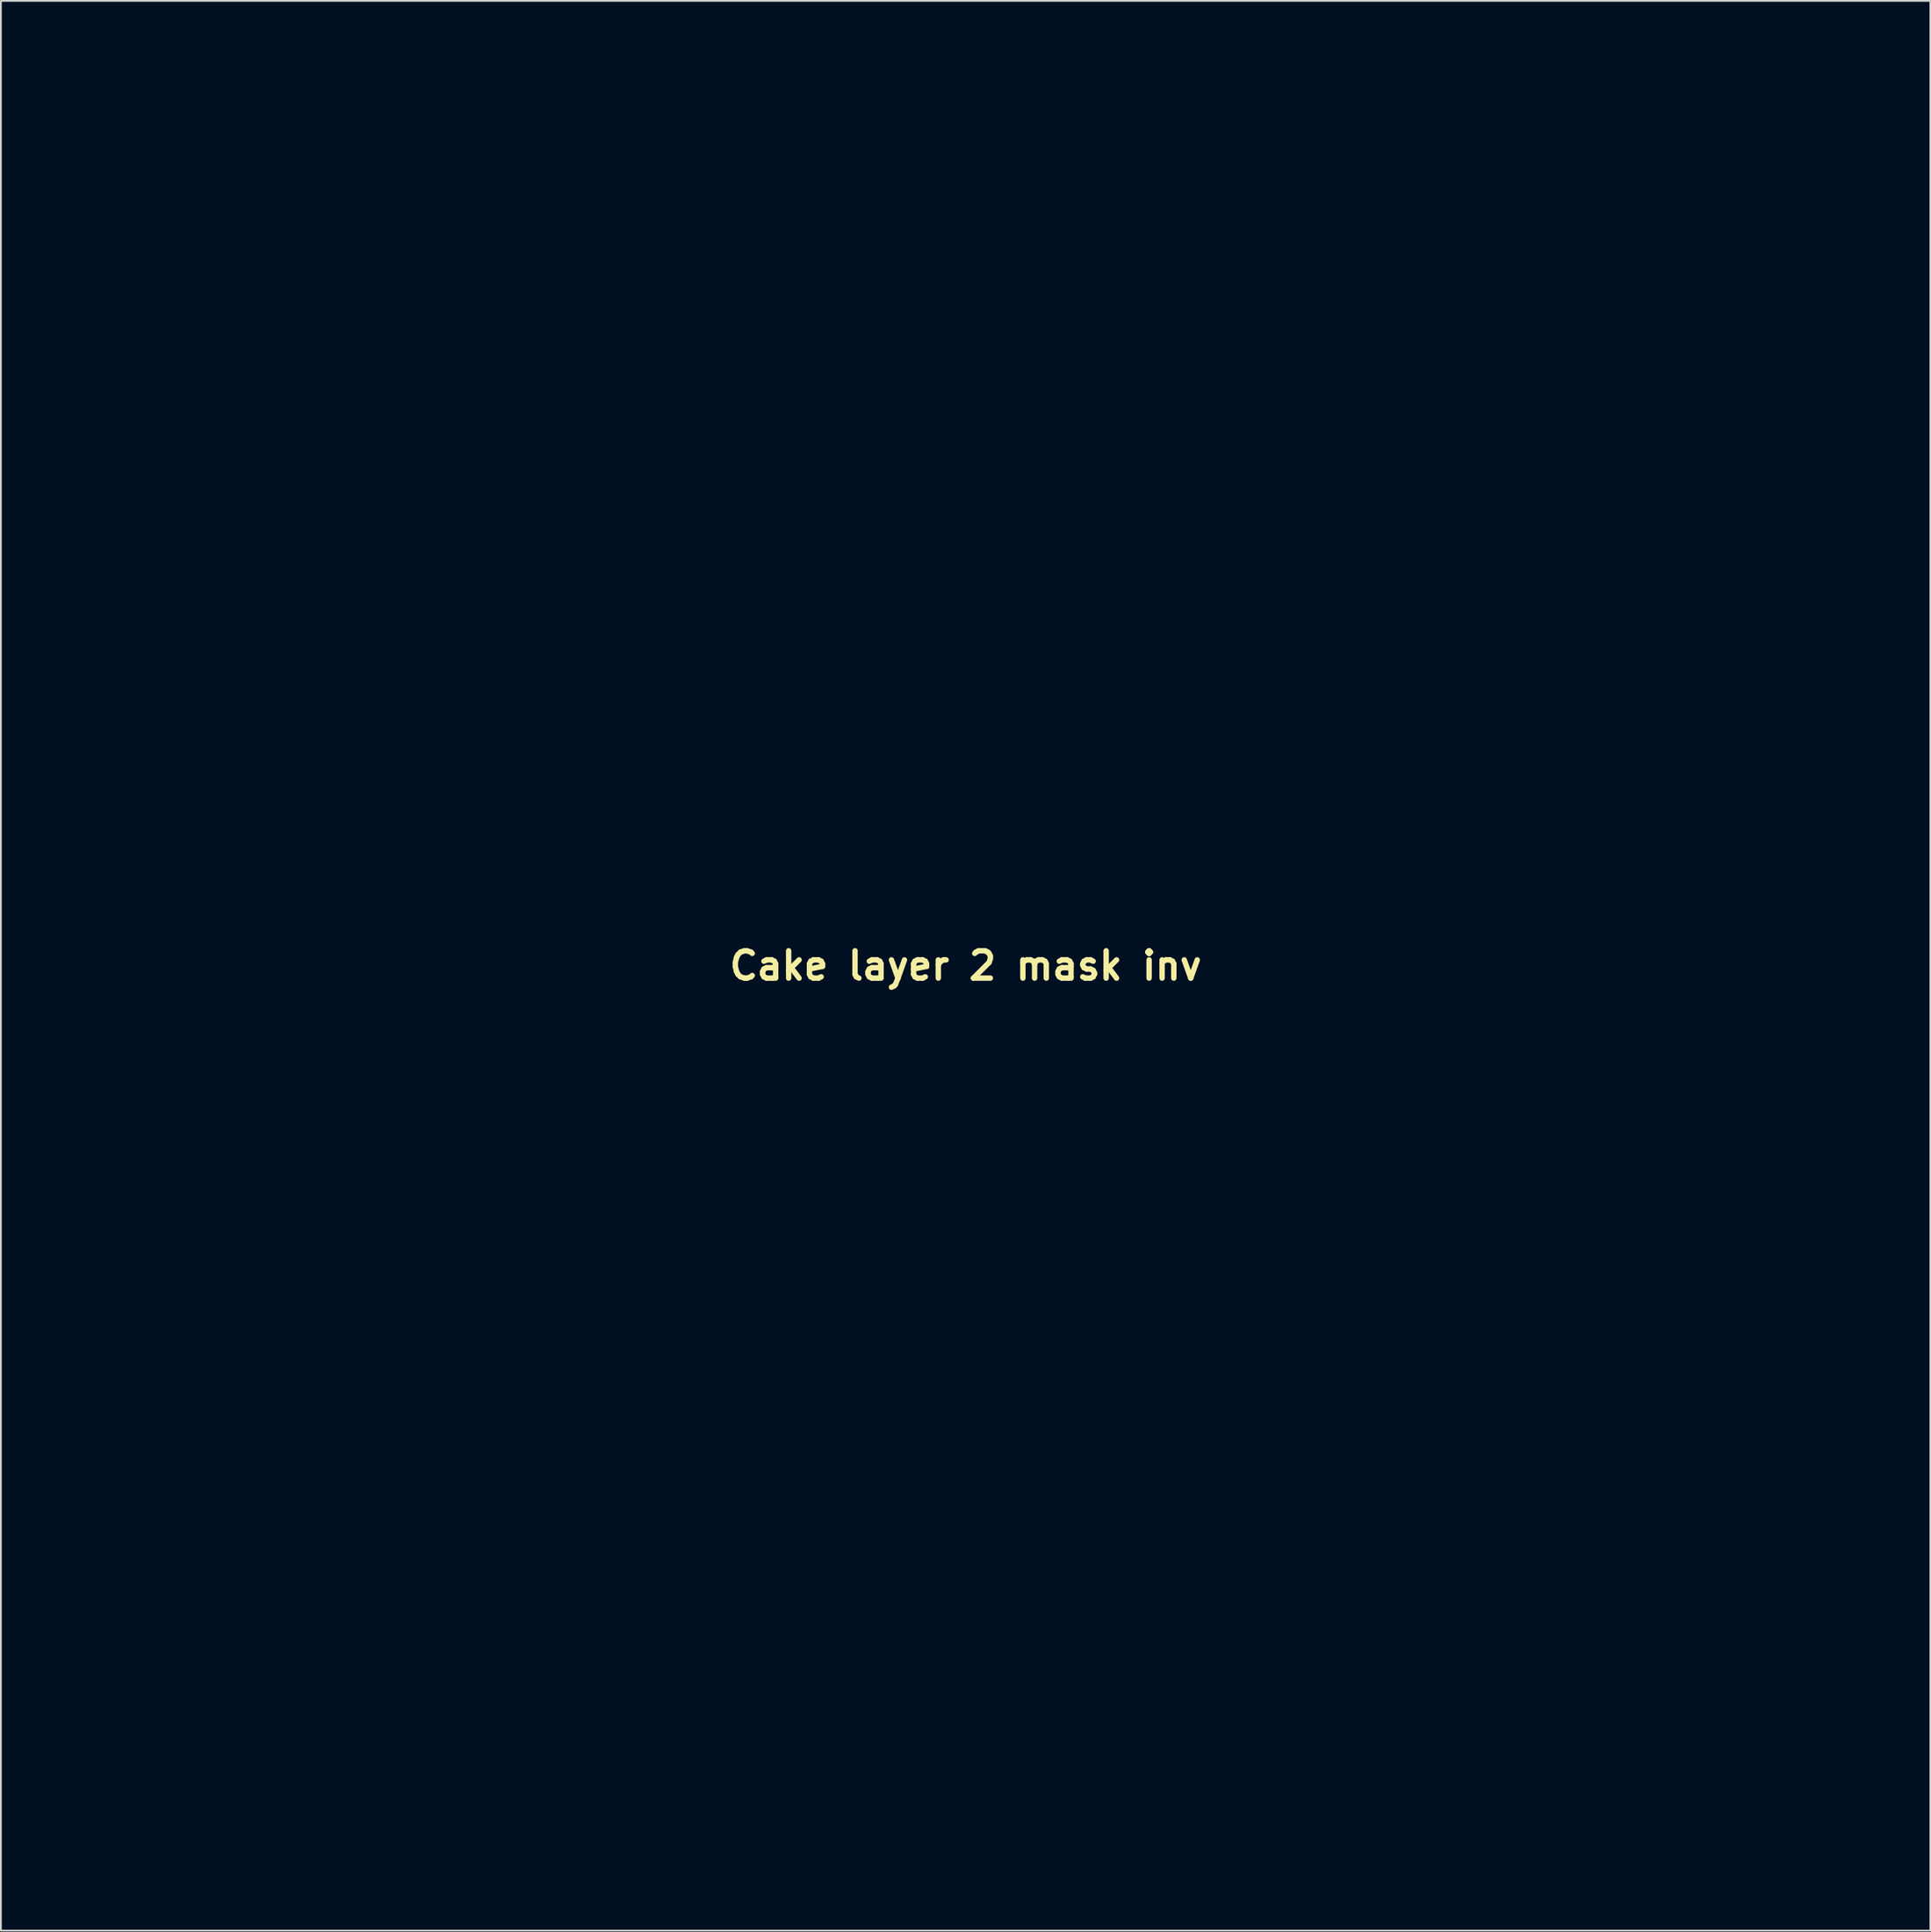
<source format=kicad_pcb>
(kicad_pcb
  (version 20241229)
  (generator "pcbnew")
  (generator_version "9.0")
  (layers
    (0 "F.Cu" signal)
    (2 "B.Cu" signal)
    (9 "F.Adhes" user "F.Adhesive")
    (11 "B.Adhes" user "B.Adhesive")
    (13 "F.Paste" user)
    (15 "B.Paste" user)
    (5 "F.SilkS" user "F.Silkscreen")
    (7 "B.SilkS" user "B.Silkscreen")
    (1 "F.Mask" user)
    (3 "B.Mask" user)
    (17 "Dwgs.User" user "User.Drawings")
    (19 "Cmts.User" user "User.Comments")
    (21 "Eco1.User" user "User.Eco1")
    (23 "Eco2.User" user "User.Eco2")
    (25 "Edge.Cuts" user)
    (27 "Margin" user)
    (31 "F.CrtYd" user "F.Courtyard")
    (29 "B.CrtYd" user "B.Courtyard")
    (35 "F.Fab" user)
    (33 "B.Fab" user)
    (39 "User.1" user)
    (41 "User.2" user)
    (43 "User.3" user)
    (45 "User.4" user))
  (footprint "Cake layer 2 mask inv"
    (layer "F.Cu")
    (at 50.805 50.805)
    (property "Reference" "Cake layer 2 mask inv" (at 0 0 0) (layer "F.SilkS") (effects (font (size 1.524 1.524) (thickness 0.3))))
    (attr through_hole)
    (fp_poly (pts (xy 31.94 -8.86) (xy 32.144 -8.694) (xy 32.252 -8.45) (xy 32.258 -8.375) (xy 32.243 -8.254) (xy 32.186 -8.137) (xy 32.074 -8.013) (xy 31.89 -7.871) (xy 31.619 -7.702) (xy 31.245 -7.495) (xy 30.754 -7.241) (xy 30.13 -6.929) (xy 29.887 -6.809) (xy 29.354 -6.548) (xy 28.931 -6.343) (xy 28.576 -6.177) (xy 28.25 -6.031) (xy 27.911 -5.886) (xy 27.517 -5.724) (xy 27.39 -5.672) (xy 27.161 -5.574) (xy 26.989 -5.493) (xy 26.81 -5.429) (xy 26.735 -5.418) (xy 26.587 -5.381) (xy 26.399 -5.298) (xy 26.19 -5.209) (xy 25.895 -5.104) (xy 25.679 -5.037) (xy 25.398 -4.946) (xy 25.176 -4.859) (xy 25.082 -4.808) (xy 24.992 -4.758) (xy 24.977 -4.771) (xy 24.904 -4.771) (xy 24.712 -4.723) (xy 24.44 -4.637) (xy 24.405 -4.625) (xy 24.049 -4.505) (xy 23.694 -4.391) (xy 23.453 -4.318) (xy 23.121 -4.221) (xy 22.782 -4.117) (xy 22.716 -4.097) (xy 22.446 -4.017) (xy 22.213 -3.957) (xy 22.166 -3.947) (xy 21.963 -3.903) (xy 21.688 -3.839) (xy 21.59 -3.815) (xy 21.324 -3.749) (xy 21.107 -3.697) (xy 21.054 -3.684) (xy 20.839 -3.628) (xy 20.758 -3.605) (xy 20.577 -3.561) (xy 20.336 -3.515) (xy 20.327 -3.513) (xy 20.119 -3.472) (xy 19.994 -3.436) (xy 19.988 -3.433) (xy 19.888 -3.406) (xy 19.661 -3.359) (xy 19.348 -3.3) (xy 19.177 -3.269) (xy 18.811 -3.204) (xy 18.487 -3.144) (xy 18.257 -3.1) (xy 18.203 -3.088) (xy 17.902 -3.027) (xy 17.494 -2.954) (xy 17.042 -2.877) (xy 16.606 -2.808) (xy 16.249 -2.758) (xy 16.18 -2.749) (xy 15.892 -2.713) (xy 15.657 -2.68) (xy 15.57 -2.665) (xy 15.401 -2.639) (xy 15.137 -2.604) (xy 14.969 -2.583) (xy 14.657 -2.545) (xy 14.371 -2.509) (xy 14.266 -2.495) (xy 13.871 -2.446) (xy 13.354 -2.389) (xy 12.762 -2.329) (xy 12.143 -2.271) (xy 11.544 -2.219) (xy 11.011 -2.177) (xy 10.668 -2.154) (xy 10.241 -2.127) (xy 9.841 -2.099) (xy 9.52 -2.073) (xy 9.356 -2.056) (xy 9.211 -2.048) (xy 8.921 -2.04) (xy 8.503 -2.031) (xy 7.973 -2.023) (xy 7.351 -2.014) (xy 6.652 -2.006) (xy 5.896 -1.998) (xy 5.098 -1.99) (xy 4.278 -1.983) (xy 3.451 -1.977) (xy 2.637 -1.972) (xy 1.851 -1.968) (xy 1.112 -1.965) (xy 0.438 -1.963) (xy -0.155 -1.962) (xy -0.649 -1.964) (xy -1.026 -1.966) (xy -1.269 -1.971) (xy -1.36 -1.977) (xy -1.36 -1.977) (xy -1.453 -1.992) (xy -1.686 -2.011) (xy -2.03 -2.033) (xy -2.458 -2.055) (xy -2.794 -2.07) (xy -3.291 -2.092) (xy -3.755 -2.114) (xy -4.147 -2.133) (xy -4.429 -2.149) (xy -4.53 -2.156) (xy -4.764 -2.173) (xy -5.109 -2.198) (xy -5.509 -2.225) (xy -5.715 -2.239) (xy -6.107 -2.267) (xy -6.461 -2.295) (xy -6.726 -2.319) (xy -6.816 -2.329) (xy -7.023 -2.351) (xy -7.336 -2.379) (xy -7.693 -2.408) (xy -7.747 -2.412) (xy -8.105 -2.439) (xy -8.429 -2.468) (xy -8.656 -2.49) (xy -8.678 -2.493) (xy -8.899 -2.518) (xy -9.212 -2.551) (xy -9.483 -2.579) (xy -9.808 -2.614) (xy -10.216 -2.661) (xy -10.668 -2.715) (xy -11.122 -2.772) (xy -11.541 -2.826) (xy -11.884 -2.872) (xy -12.112 -2.906) (xy -12.158 -2.914) (xy -12.343 -2.945) (xy -12.619 -2.984) (xy -12.785 -3.006) (xy -13.075 -3.045) (xy -13.318 -3.081) (xy -13.405 -3.096) (xy -13.568 -3.122) (xy -13.845 -3.164) (xy -14.182 -3.211) (xy -14.26 -3.222) (xy -14.725 -3.289) (xy -15.146 -3.359) (xy -15.606 -3.446) (xy -15.917 -3.51) (xy -16.309 -3.589) (xy -16.606 -3.646) (xy -16.806 -3.681) (xy -17.653 -3.845) (xy -17.695 -3.854) (xy -17.999 -3.919) (xy -18.354 -3.993) (xy -18.693 -4.061) (xy -18.944 -4.111) (xy -18.965 -4.115) (xy -19.189 -4.164) (xy -19.318 -4.198) (xy -19.511 -4.249) (xy -19.801 -4.315) (xy -20.059 -4.369) (xy -20.215 -4.405) (xy -20.488 -4.473) (xy -20.834 -4.561) (xy -21.208 -4.657) (xy -21.563 -4.749) (xy -21.855 -4.826) (xy -22.013 -4.87) (xy -22.174 -4.914) (xy -22.413 -4.979) (xy -22.479 -4.996) (xy -22.712 -5.059) (xy -22.877 -5.105) (xy -22.902 -5.112) (xy -23.04 -5.15) (xy -23.241 -5.2) (xy -23.494 -5.267) (xy -23.786 -5.354) (xy -23.834 -5.369) (xy -24.07 -5.444) (xy -24.408 -5.549) (xy -24.789 -5.667) (xy -24.934 -5.711) (xy -25.339 -5.838) (xy -25.745 -5.97) (xy -26.082 -6.084) (xy -26.162 -6.112) (xy -26.519 -6.237) (xy -26.921 -6.373) (xy -27.136 -6.444) (xy -27.457 -6.554) (xy -27.754 -6.667) (xy -27.91 -6.733) (xy -28.11 -6.818) (xy -28.242 -6.857) (xy -28.249 -6.858) (xy -28.359 -6.887) (xy -28.578 -6.965) (xy -28.86 -7.075) (xy -28.871 -7.079) (xy -29.175 -7.201) (xy -29.435 -7.305) (xy -29.591 -7.367) (xy -29.959 -7.515) (xy -30.287 -7.654) (xy -30.526 -7.763) (xy -30.585 -7.793) (xy -30.766 -7.862) (xy -30.847 -7.874) (xy -31.012 -7.945) (xy -31.161 -8.115) (xy -31.24 -8.316) (xy -31.242 -8.353) (xy -31.183 -8.526) (xy -31.041 -8.711) (xy -31.034 -8.718) (xy -30.825 -8.846) (xy -30.563 -8.871) (xy -30.221 -8.79) (xy -29.861 -8.643) (xy -29.627 -8.541) (xy -29.461 -8.478) (xy -29.418 -8.467) (xy -29.312 -8.435) (xy -29.116 -8.358) (xy -29.053 -8.331) (xy -28.65 -8.164) (xy -28.119 -7.958) (xy -27.492 -7.726) (xy -26.803 -7.478) (xy -26.085 -7.227) (xy -25.371 -6.984) (xy -24.695 -6.761) (xy -24.09 -6.569) (xy -23.749 -6.467) (xy -23.339 -6.347) (xy -23.041 -6.261) (xy -22.804 -6.193) (xy -22.579 -6.13) (xy -22.314 -6.056) (xy -22.31 -6.055) (xy -21.979 -5.966) (xy -21.564 -5.857) (xy -21.1 -5.738) (xy -20.622 -5.617) (xy -20.162 -5.502) (xy -19.757 -5.403) (xy -19.439 -5.327) (xy -19.243 -5.283) (xy -19.219 -5.279) (xy -18.992 -5.232) (xy -18.86 -5.198) (xy -18.664 -5.15) (xy -18.479 -5.114) (xy -18.251 -5.068) (xy -18.104 -5.031) (xy -17.96 -4.992) (xy -17.754 -4.947) (xy -17.437 -4.884) (xy -17.357 -4.868) (xy -17.094 -4.817) (xy -16.933 -4.784) (xy -16.685 -4.735) (xy -16.468 -4.697) (xy -16.202 -4.65) (xy -16.002 -4.611) (xy -15.739 -4.56) (xy -15.579 -4.53) (xy -15.316 -4.48) (xy -15.155 -4.448) (xy -15.018 -4.422) (xy -14.85 -4.392) (xy -14.608 -4.352) (xy -14.251 -4.295) (xy -14.139 -4.277) (xy -13.914 -4.242) (xy -13.633 -4.201) (xy -13.586 -4.194) (xy -13.32 -4.154) (xy -13.1 -4.118) (xy -13.069 -4.112) (xy -12.886 -4.082) (xy -12.612 -4.043) (xy -12.446 -4.022) (xy -12.165 -3.985) (xy -11.94 -3.952) (xy -11.862 -3.939) (xy -11.708 -3.916) (xy -11.449 -3.882) (xy -11.218 -3.854) (xy -10.915 -3.817) (xy -10.659 -3.785) (xy -10.541 -3.77) (xy -10.37 -3.749) (xy -10.095 -3.717) (xy -9.821 -3.688) (xy -9.489 -3.652) (xy -9.187 -3.618) (xy -9.017 -3.598) (xy -8.176 -3.504) (xy -7.21 -3.413) (xy -6.103 -3.326) (xy -5.122 -3.258) (xy -4.693 -3.23) (xy -4.232 -3.199) (xy -3.855 -3.174) (xy -2.718 -3.11) (xy -1.466 -3.061) (xy -0.124 -3.027) (xy 1.281 -3.008) (xy 2.725 -3.002) (xy 4.182 -3.011) (xy 5.625 -3.033) (xy 7.03 -3.069) (xy 8.37 -3.118) (xy 9.62 -3.179) (xy 10.755 -3.253) (xy 11.748 -3.339) (xy 11.811 -3.346) (xy 12.101 -3.375) (xy 12.451 -3.409) (xy 12.615 -3.425) (xy 13.09 -3.47) (xy 13.547 -3.517) (xy 13.938 -3.559) (xy 14.212 -3.591) (xy 14.224 -3.593) (xy 14.424 -3.617) (xy 14.717 -3.652) (xy 14.944 -3.679) (xy 15.367 -3.732) (xy 15.829 -3.797) (xy 16.266 -3.864) (xy 16.614 -3.923) (xy 16.676 -3.935) (xy 16.908 -3.977) (xy 17.179 -4.02) (xy 17.187 -4.022) (xy 17.498 -4.071) (xy 17.828 -4.131) (xy 18.119 -4.188) (xy 18.367 -4.235) (xy 18.584 -4.273) (xy 18.85 -4.321) (xy 19.05 -4.36) (xy 19.312 -4.413) (xy 19.473 -4.445) (xy 19.724 -4.496) (xy 19.875 -4.529) (xy 20.098 -4.579) (xy 20.214 -4.605) (xy 20.39 -4.648) (xy 20.639 -4.712) (xy 20.701 -4.728) (xy 20.976 -4.798) (xy 21.217 -4.855) (xy 21.251 -4.863) (xy 21.448 -4.908) (xy 21.736 -4.979) (xy 21.971 -5.039) (xy 22.271 -5.116) (xy 22.524 -5.179) (xy 22.648 -5.208) (xy 22.801 -5.251) (xy 23.067 -5.334) (xy 23.402 -5.444) (xy 23.58 -5.503) (xy 23.913 -5.615) (xy 24.182 -5.705) (xy 24.349 -5.759) (xy 24.384 -5.77) (xy 24.535 -5.813) (xy 24.799 -5.898) (xy 25.132 -6.01) (xy 25.488 -6.133) (xy 25.82 -6.252) (xy 26.085 -6.349) (xy 26.217 -6.402) (xy 26.41 -6.481) (xy 26.525 -6.519) (xy 26.531 -6.519) (xy 26.659 -6.555) (xy 26.915 -6.656) (xy 27.276 -6.811) (xy 27.717 -7.008) (xy 28.215 -7.237) (xy 28.747 -7.487) (xy 29.289 -7.746) (xy 29.818 -8.003) (xy 30.309 -8.247) (xy 30.74 -8.468) (xy 31.086 -8.654) (xy 31.168 -8.7) (xy 31.419 -8.821) (xy 31.65 -8.896) (xy 31.689 -8.903) (xy 31.94 -8.86)) (stroke (width 0.01) (type solid)) (fill yes) (layer "F.Mask"))
    (fp_poly (pts (xy 50.8 50.8) (xy -50.8 50.8) (xy -50.8 -5.444) (xy -36.958 -5.444) (xy -36.937 -4.355) (xy -36.891 -3.178) (xy -36.891 -3.175) (xy -36.859 -2.446) (xy -36.832 -1.675) (xy -36.81 -0.885) (xy -36.794 -0.096) (xy -36.783 0.671) (xy -36.778 1.396) (xy -36.778 2.056) (xy -36.784 2.631) (xy -36.797 3.101) (xy -36.815 3.444) (xy -36.84 3.638) (xy -36.841 3.641) (xy -36.891 3.934) (xy -36.927 4.327) (xy -36.946 4.782) (xy -36.95 5.258) (xy -36.939 5.716) (xy -36.913 6.116) (xy -36.872 6.418) (xy -36.829 6.562) (xy -36.643 6.769) (xy -36.387 6.855) (xy -36.12 6.815) (xy -35.937 6.684) (xy -35.883 6.615) (xy -35.843 6.526) (xy -35.814 6.396) (xy -35.796 6.201) (xy -35.786 5.919) (xy -35.782 5.526) (xy -35.784 5.001) (xy -35.787 4.613) (xy -35.789 3.882) (xy -35.779 3.297) (xy -35.754 2.837) (xy -35.709 2.477) (xy -35.641 2.197) (xy -35.546 1.973) (xy -35.421 1.783) (xy -35.283 1.627) (xy -34.957 1.34) (xy -34.626 1.175) (xy -34.237 1.112) (xy -33.869 1.12) (xy -33.379 1.203) (xy -32.93 1.388) (xy -32.501 1.688) (xy -32.075 2.119) (xy -31.631 2.695) (xy -31.467 2.936) (xy -31.14 3.422) (xy -30.882 3.794) (xy -30.669 4.082) (xy -30.478 4.315) (xy -30.288 4.523) (xy -30.109 4.702) (xy -29.68 5.06) (xy -29.239 5.325) (xy -28.822 5.476) (xy -28.591 5.503) (xy -28.237 5.462) (xy -27.809 5.351) (xy -27.377 5.193) (xy -27.044 5.028) (xy -26.692 4.867) (xy -26.409 4.844) (xy -26.164 4.963) (xy -26.062 5.059) (xy -25.924 5.231) (xy -25.749 5.484) (xy -25.559 5.778) (xy -25.381 6.073) (xy -25.239 6.329) (xy -25.157 6.504) (xy -25.146 6.549) (xy -25.111 6.652) (xy -25.015 6.876) (xy -24.872 7.188) (xy -24.696 7.556) (xy -24.674 7.601) (xy -24.297 8.3) (xy -23.924 8.836) (xy -23.556 9.208) (xy -23.197 9.413) (xy -23.081 9.444) (xy -22.583 9.463) (xy -22.066 9.334) (xy -21.524 9.053) (xy -20.951 8.616) (xy -20.34 8.021) (xy -20.193 7.86) (xy -19.585 7.228) (xy -18.966 6.664) (xy -18.363 6.191) (xy -17.806 5.834) (xy -17.624 5.739) (xy -17.337 5.607) (xy -17.098 5.526) (xy -16.848 5.483) (xy -16.527 5.466) (xy -16.256 5.463) (xy -15.754 5.476) (xy -15.362 5.529) (xy -15.025 5.637) (xy -14.686 5.813) (xy -14.52 5.918) (xy -13.99 6.315) (xy -13.592 6.745) (xy -13.289 7.253) (xy -13.124 7.651) (xy -13.051 7.956) (xy -13.001 8.371) (xy -12.979 8.835) (xy -12.986 9.291) (xy -13.025 9.678) (xy -13.028 9.694) (xy -13.085 10.017) (xy -13.136 10.311) (xy -13.161 10.456) (xy -13.199 10.653) (xy -13.261 10.961) (xy -13.337 11.325) (xy -13.369 11.472) (xy -13.471 12.086) (xy -13.514 12.729) (xy -13.513 13.166) (xy -13.5 13.596) (xy -13.476 13.899) (xy -13.435 14.117) (xy -13.368 14.294) (xy -13.29 14.436) (xy -13.009 14.831) (xy -12.714 15.081) (xy -12.368 15.209) (xy -12.013 15.239) (xy -11.734 15.213) (xy -11.47 15.118) (xy -11.161 14.936) (xy -10.676 14.521) (xy -10.314 13.996) (xy -10.077 13.359) (xy -9.961 12.606) (xy -9.949 12.234) (xy -9.955 11.748) (xy -9.978 11.355) (xy -10.026 10.98) (xy -10.106 10.546) (xy -10.124 10.456) (xy -10.18 10.011) (xy -10.191 9.483) (xy -10.16 8.952) (xy -10.103 8.572) (xy -9.869 7.827) (xy -9.488 7.086) (xy -8.981 6.376) (xy -8.369 5.722) (xy -7.673 5.15) (xy -6.915 4.685) (xy -6.889 4.672) (xy -6.615 4.547) (xy -6.348 4.467) (xy -6.035 4.421) (xy -5.623 4.399) (xy -5.461 4.395) (xy -5.042 4.415) (xy -4.626 4.482) (xy -4.259 4.584) (xy -3.987 4.71) (xy -3.887 4.792) (xy -3.748 4.895) (xy -3.682 4.911) (xy -3.538 4.975) (xy -3.324 5.148) (xy -3.067 5.4) (xy -2.794 5.7) (xy -2.532 6.02) (xy -2.309 6.329) (xy -2.15 6.597) (xy -2.147 6.604) (xy -1.922 7.075) (xy -1.738 7.476) (xy -1.605 7.784) (xy -1.533 7.976) (xy -1.523 8.021) (xy -1.476 8.179) (xy -1.355 8.436) (xy -1.182 8.752) (xy -0.981 9.088) (xy -0.775 9.405) (xy -0.587 9.663) (xy -0.475 9.792) (xy -0.181 10.044) (xy 0.161 10.275) (xy 0.503 10.458) (xy 0.799 10.566) (xy 0.925 10.583) (xy 1.34 10.502) (xy 1.766 10.265) (xy 2.191 9.884) (xy 2.599 9.373) (xy 2.897 8.89) (xy 3.186 8.375) (xy 3.415 7.981) (xy 3.603 7.683) (xy 3.767 7.45) (xy 3.927 7.257) (xy 4.093 7.083) (xy 4.366 6.871) (xy 4.729 6.669) (xy 5.104 6.516) (xy 5.274 6.47) (xy 5.514 6.443) (xy 5.86 6.431) (xy 6.25 6.433) (xy 6.622 6.449) (xy 6.9 6.477) (xy 7.462 6.591) (xy 8.125 6.772) (xy 8.845 7.007) (xy 9.574 7.28) (xy 9.779 7.364) (xy 9.96 7.437) (xy 10.218 7.538) (xy 10.329 7.581) (xy 10.649 7.704) (xy 11.006 7.842) (xy 11.134 7.892) (xy 11.765 8.126) (xy 12.293 8.294) (xy 12.765 8.405) (xy 13.229 8.47) (xy 13.731 8.498) (xy 14.012 8.501) (xy 14.827 8.484) (xy 15.56 8.422) (xy 16.266 8.308) (xy 16.999 8.131) (xy 17.812 7.883) (xy 18.043 7.805) (xy 18.918 7.443) (xy 19.787 6.964) (xy 20.595 6.402) (xy 21.243 5.834) (xy 21.582 5.531) (xy 21.996 5.213) (xy 22.422 4.926) (xy 22.798 4.712) (xy 22.824 4.7) (xy 23.105 4.579) (xy 23.357 4.509) (xy 23.645 4.478) (xy 24.037 4.473) (xy 24.041 4.473) (xy 24.401 4.482) (xy 24.72 4.498) (xy 24.94 4.52) (xy 24.977 4.527) (xy 25.225 4.578) (xy 25.442 4.618) (xy 25.732 4.682) (xy 26.029 4.768) (xy 26.27 4.857) (xy 26.374 4.911) (xy 26.517 4.985) (xy 26.656 5.035) (xy 26.9 5.149) (xy 27.215 5.349) (xy 27.554 5.599) (xy 27.869 5.863) (xy 28.113 6.105) (xy 28.178 6.186) (xy 28.474 6.65) (xy 28.755 7.198) (xy 28.98 7.748) (xy 29.036 7.916) (xy 29.334 8.755) (xy 29.691 9.472) (xy 30.131 10.114) (xy 30.403 10.435) (xy 30.678 10.733) (xy 30.863 10.913) (xy 30.977 10.989) (xy 31.037 10.974) (xy 31.06 10.901) (xy 31.082 10.646) (xy 31.096 10.268) (xy 31.101 9.813) (xy 31.099 9.327) (xy 31.089 8.856) (xy 31.07 8.445) (xy 31.06 8.297) (xy 31.021 7.744) (xy 30.99 7.123) (xy 30.966 6.462) (xy 30.949 5.788) (xy 30.941 5.128) (xy 30.941 4.51) (xy 30.949 3.961) (xy 30.967 3.509) (xy 30.993 3.181) (xy 31.014 3.048) (xy 31.211 2.462) (xy 31.485 2.004) (xy 31.828 1.683) (xy 32.229 1.509) (xy 32.597 1.483) (xy 32.957 1.585) (xy 33.271 1.836) (xy 33.543 2.242) (xy 33.779 2.808) (xy 33.813 2.912) (xy 33.918 3.251) (xy 33.995 3.533) (xy 34.055 3.806) (xy 34.107 4.116) (xy 34.159 4.51) (xy 34.207 4.911) (xy 34.251 5.269) (xy 34.293 5.586) (xy 34.325 5.805) (xy 34.332 5.842) (xy 34.377 6.09) (xy 34.415 6.308) (xy 34.517 6.83) (xy 34.639 7.32) (xy 34.769 7.736) (xy 34.895 8.039) (xy 34.935 8.108) (xy 35.081 8.236) (xy 35.248 8.197) (xy 35.431 7.994) (xy 35.545 7.798) (xy 35.674 7.506) (xy 35.779 7.161) (xy 35.862 6.744) (xy 35.924 6.238) (xy 35.969 5.625) (xy 35.997 4.887) (xy 36.011 4.005) (xy 36.014 3.598) (xy 36.011 3.175) (xy 36.001 2.672) (xy 35.985 2.125) (xy 35.965 1.566) (xy 35.942 1.029) (xy 35.918 0.548) (xy 35.893 0.157) (xy 35.869 -0.11) (xy 35.861 -0.171) (xy 35.836 -0.366) (xy 35.804 -0.66) (xy 35.779 -0.931) (xy 35.743 -1.335) (xy 35.7 -1.8) (xy 35.654 -2.286) (xy 35.608 -2.752) (xy 35.567 -3.16) (xy 35.535 -3.467) (xy 35.519 -3.604) (xy 35.493 -3.83) (xy 35.459 -4.146) (xy 35.433 -4.392) (xy 35.4 -4.696) (xy 35.37 -4.944) (xy 35.352 -5.064) (xy 35.328 -5.236) (xy 35.294 -5.539) (xy 35.253 -5.938) (xy 35.209 -6.394) (xy 35.179 -6.731) (xy 35.159 -6.993) (xy 35.135 -7.368) (xy 35.111 -7.801) (xy 35.094 -8.128) (xy 35.071 -8.55) (xy 35.046 -8.939) (xy 35.022 -9.246) (xy 35.006 -9.401) (xy 34.972 -9.626) (xy 34.932 -9.844) (xy 34.87 -10.131) (xy 34.849 -10.226) (xy 34.729 -10.565) (xy 34.523 -10.968) (xy 34.264 -11.379) (xy 33.986 -11.742) (xy 33.847 -11.89) (xy 33.425 -12.261) (xy 32.903 -12.653) (xy 32.341 -13.024) (xy 31.877 -13.29) (xy 31.687 -13.399) (xy 31.461 -13.539) (xy 31.454 -13.543) (xy 31.072 -13.772) (xy 30.572 -14.045) (xy 29.995 -14.344) (xy 29.379 -14.649) (xy 28.763 -14.941) (xy 28.188 -15.202) (xy 27.692 -15.41) (xy 27.474 -15.494) (xy 27.287 -15.567) (xy 27.038 -15.671) (xy 26.985 -15.694) (xy 26.696 -15.805) (xy 26.524 -15.822) (xy 26.439 -15.731) (xy 26.411 -15.523) (xy 26.41 -15.473) (xy 26.398 -15.203) (xy 26.378 -14.982) (xy 26.372 -14.944) (xy 26.335 -14.743) (xy 26.288 -14.49) (xy 26.285 -14.478) (xy 26.235 -14.208) (xy 26.191 -13.972) (xy 26.19 -13.97) (xy 26.1 -13.684) (xy 25.936 -13.322) (xy 25.727 -12.94) (xy 25.506 -12.597) (xy 25.32 -12.366) (xy 25.052 -12.118) (xy 24.748 -11.877) (xy 24.658 -11.814) (xy 24.425 -11.676) (xy 24.226 -11.614) (xy 23.98 -11.611) (xy 23.82 -11.625) (xy 23.507 -11.676) (xy 23.278 -11.773) (xy 23.052 -11.956) (xy 23.01 -11.997) (xy 22.835 -12.173) (xy 22.693 -12.344) (xy 22.578 -12.53) (xy 22.487 -12.75) (xy 22.417 -13.022) (xy 22.362 -13.368) (xy 22.318 -13.805) (xy 22.283 -14.354) (xy 22.252 -15.035) (xy 22.222 -15.831) (xy 22.203 -16.299) (xy 22.183 -16.704) (xy 22.164 -17.018) (xy 22.147 -17.212) (xy 22.137 -17.261) (xy 22.041 -17.3) (xy 21.822 -17.368) (xy 21.522 -17.452) (xy 21.183 -17.542) (xy 20.846 -17.626) (xy 20.765 -17.645) (xy 20.618 -17.681) (xy 20.355 -17.747) (xy 20.024 -17.832) (xy 19.897 -17.865) (xy 19.543 -17.954) (xy 19.229 -18.03) (xy 19.009 -18.08) (xy 18.965 -18.089) (xy 18.743 -18.136) (xy 18.467 -18.203) (xy 18.415 -18.217) (xy 18.141 -18.285) (xy 17.899 -18.338) (xy 17.865 -18.345) (xy 17.7 -18.377) (xy 17.411 -18.436) (xy 17.04 -18.512) (xy 16.667 -18.591) (xy 16.238 -18.679) (xy 15.832 -18.758) (xy 15.499 -18.819) (xy 15.313 -18.849) (xy 15.032 -18.892) (xy 14.67 -18.953) (xy 14.352 -19.011) (xy 14.06 -19.064) (xy 13.845 -19.098) (xy 13.748 -19.108) (xy 13.747 -19.107) (xy 13.742 -19.022) (xy 13.736 -18.788) (xy 13.728 -18.425) (xy 13.718 -17.953) (xy 13.708 -17.393) (xy 13.697 -16.764) (xy 13.691 -16.383) (xy 13.679 -15.711) (xy 13.665 -15.083) (xy 13.651 -14.523) (xy 13.636 -14.053) (xy 13.622 -13.695) (xy 13.609 -13.473) (xy 13.603 -13.42) (xy 13.563 -13.18) (xy 13.515 -12.872) (xy 13.496 -12.742) (xy 13.457 -12.481) (xy 13.426 -12.288) (xy 13.415 -12.234) (xy 13.39 -12.101) (xy 13.353 -11.879) (xy 13.345 -11.83) (xy 13.252 -11.421) (xy 13.109 -10.967) (xy 12.939 -10.534) (xy 12.767 -10.189) (xy 12.735 -10.138) (xy 12.533 -9.888) (xy 12.273 -9.641) (xy 12.179 -9.567) (xy 11.722 -9.301) (xy 11.306 -9.197) (xy 10.924 -9.257) (xy 10.567 -9.483) (xy 10.228 -9.876) (xy 10.152 -9.991) (xy 10.059 -10.175) (xy 9.937 -10.466) (xy 9.807 -10.806) (xy 9.692 -11.141) (xy 9.61 -11.414) (xy 9.602 -11.451) (xy 9.554 -11.657) (xy 9.523 -11.79) (xy 9.478 -12.011) (xy 9.432 -12.266) (xy 9.389 -12.518) (xy 9.352 -12.721) (xy 9.351 -12.722) (xy 9.296 -13.127) (xy 9.255 -13.673) (xy 9.228 -14.333) (xy 9.215 -15.079) (xy 9.217 -15.882) (xy 9.232 -16.717) (xy 9.262 -17.553) (xy 9.305 -18.365) (xy 9.363 -19.125) (xy 9.365 -19.148) (xy 9.377 -19.415) (xy 9.363 -19.607) (xy 9.338 -19.67) (xy 9.229 -19.693) (xy 8.989 -19.722) (xy 8.658 -19.752) (xy 8.38 -19.773) (xy 7.981 -19.801) (xy 7.62 -19.827) (xy 7.346 -19.848) (xy 7.239 -19.857) (xy 7.068 -19.869) (xy 6.764 -19.885) (xy 6.363 -19.905) (xy 5.899 -19.926) (xy 5.63 -19.937) (xy 5.152 -19.958) (xy 4.718 -19.979) (xy 4.364 -19.998) (xy 4.125 -20.014) (xy 4.054 -20.02) (xy 3.808 -20.011) (xy 3.662 -19.891) (xy 3.591 -19.636) (xy 3.586 -19.589) (xy 3.54 -19.289) (xy 3.46 -18.909) (xy 3.361 -18.5) (xy 3.255 -18.113) (xy 3.155 -17.799) (xy 3.085 -17.63) (xy 2.999 -17.446) (xy 2.964 -17.332) (xy 2.905 -17.184) (xy 2.751 -16.963) (xy 2.536 -16.706) (xy 2.294 -16.451) (xy 2.057 -16.236) (xy 1.886 -16.114) (xy 1.605 -15.956) (xy 1.392 -15.867) (xy 1.172 -15.827) (xy 0.871 -15.814) (xy 0.804 -15.813) (xy 0.354 -15.868) (xy 0.078 -15.99) (xy -0.122 -16.151) (xy -0.341 -16.391) (xy -0.544 -16.661) (xy -0.696 -16.916) (xy -0.762 -17.106) (xy -0.762 -17.119) (xy -0.814 -17.283) (xy -0.842 -17.319) (xy -0.921 -17.459) (xy -0.969 -17.611) (xy -1.07 -18.08) (xy -1.172 -18.603) (xy -1.263 -19.107) (xy -1.327 -19.513) (xy -1.397 -20.018) (xy -3.133 -19.988) (xy -3.689 -19.978) (xy -4.215 -19.967) (xy -4.677 -19.956) (xy -5.042 -19.946) (xy -5.275 -19.938) (xy -5.292 -19.937) (xy -5.636 -19.921) (xy -5.986 -19.909) (xy -6.082 -19.906) (xy -6.449 -19.897) (xy -6.4 -19.241) (xy -6.37 -18.816) (xy -6.338 -18.326) (xy -6.31 -17.875) (xy -6.309 -17.865) (xy -6.281 -17.402) (xy -6.25 -16.884) (xy -6.222 -16.427) (xy -6.2 -15.97) (xy -6.184 -15.426) (xy -6.175 -14.825) (xy -6.171 -14.196) (xy -6.174 -13.565) (xy -6.181 -12.962) (xy -6.194 -12.415) (xy -6.212 -11.952) (xy -6.235 -11.602) (xy -6.262 -11.392) (xy -6.263 -11.392) (xy -6.474 -10.724) (xy -6.769 -10.202) (xy -7.147 -9.826) (xy -7.608 -9.598) (xy -8.053 -9.521) (xy -8.558 -9.55) (xy -9.064 -9.674) (xy -9.508 -9.875) (xy -9.715 -10.022) (xy -10.076 -10.413) (xy -10.378 -10.918) (xy -10.624 -11.549) (xy -10.82 -12.318) (xy -10.97 -13.238) (xy -10.982 -13.335) (xy -11.016 -13.741) (xy -11.037 -14.286) (xy -11.047 -14.939) (xy -11.044 -15.669) (xy -11.031 -16.446) (xy -11.008 -17.24) (xy -10.974 -18.02) (xy -10.931 -18.755) (xy -10.883 -19.37) (xy -10.858 -19.648) (xy -11.292 -19.603) (xy -11.642 -19.567) (xy -11.999 -19.529) (xy -12.107 -19.518) (xy -12.398 -19.489) (xy -12.768 -19.455) (xy -13.081 -19.428) (xy -13.414 -19.399) (xy -13.705 -19.37) (xy -13.885 -19.349) (xy -14.081 -19.322) (xy -14.375 -19.285) (xy -14.647 -19.252) (xy -14.935 -19.217) (xy -15.149 -19.19) (xy -15.24 -19.176) (xy -15.34 -19.16) (xy -15.557 -19.128) (xy -15.79 -19.097) (xy -16.094 -19.054) (xy -16.349 -19.016) (xy -16.468 -18.996) (xy -16.641 -18.965) (xy -16.915 -18.92) (xy -17.145 -18.883) (xy -17.614 -18.808) (xy -17.941 -18.749) (xy -18.152 -18.701) (xy -18.271 -18.657) (xy -18.324 -18.611) (xy -18.332 -18.593) (xy -18.347 -18.476) (xy -18.368 -18.227) (xy -18.392 -17.882) (xy -18.416 -17.486) (xy -18.439 -17.089) (xy -18.462 -16.757) (xy -18.482 -16.525) (xy -18.496 -16.428) (xy -18.496 -16.428) (xy -18.521 -16.324) (xy -18.554 -16.111) (xy -18.573 -15.96) (xy -18.628 -15.632) (xy -18.716 -15.229) (xy -18.824 -14.805) (xy -18.937 -14.418) (xy -19.04 -14.123) (xy -19.07 -14.055) (xy -19.36 -13.579) (xy -19.708 -13.239) (xy -20.098 -13.044) (xy -20.516 -13.005) (xy -20.659 -13.029) (xy -21.238 -13.246) (xy -21.76 -13.616) (xy -22.218 -14.127) (xy -22.606 -14.77) (xy -22.917 -15.535) (xy -23.146 -16.412) (xy -23.25 -17.06) (xy -23.287 -17.31) (xy -23.321 -17.479) (xy -23.335 -17.519) (xy -23.427 -17.516) (xy -23.632 -17.472) (xy -23.855 -17.411) (xy -24.139 -17.328) (xy -24.368 -17.262) (xy -24.469 -17.234) (xy -24.645 -17.181) (xy -24.933 -17.089) (xy -25.296 -16.971) (xy -25.695 -16.839) (xy -26.092 -16.706) (xy -26.449 -16.585) (xy -26.728 -16.488) (xy -26.89 -16.429) (xy -26.903 -16.423) (xy -27.143 -16.323) (xy -27.284 -16.267) (xy -27.697 -16.1) (xy -28.188 -15.887) (xy -28.716 -15.649) (xy -29.241 -15.403) (xy -29.722 -15.169) (xy -30.12 -14.966) (xy -30.353 -14.836) (xy -30.574 -14.706) (xy -30.86 -14.537) (xy -31.03 -14.437) (xy -31.236 -14.311) (xy -31.539 -14.117) (xy -31.916 -13.872) (xy -32.342 -13.591) (xy -32.793 -13.291) (xy -33.244 -12.988) (xy -33.673 -12.699) (xy -34.053 -12.439) (xy -34.362 -12.225) (xy -34.574 -12.074) (xy -34.662 -12.005) (xy -34.792 -11.882) (xy -34.985 -11.703) (xy -35.061 -11.634) (xy -35.631 -11.019) (xy -36.12 -10.304) (xy -36.502 -9.534) (xy -36.753 -8.753) (xy -36.786 -8.594) (xy -36.866 -8.018) (xy -36.922 -7.291) (xy -36.952 -6.428) (xy -36.958 -5.444) (xy -50.8 -5.444) (xy -50.8 -50.8) (xy 50.8 -50.8) (xy 50.8 50.8)) (stroke (width 0.01) (type solid)) (fill yes) (layer "F.Mask")))
  (gr_rect
    (start -3 -3)
    (end 104.61 104.61)
    (stroke (width 0.1) (type default))
    (fill no)
    (layer "Edge.Cuts")))
</source>
